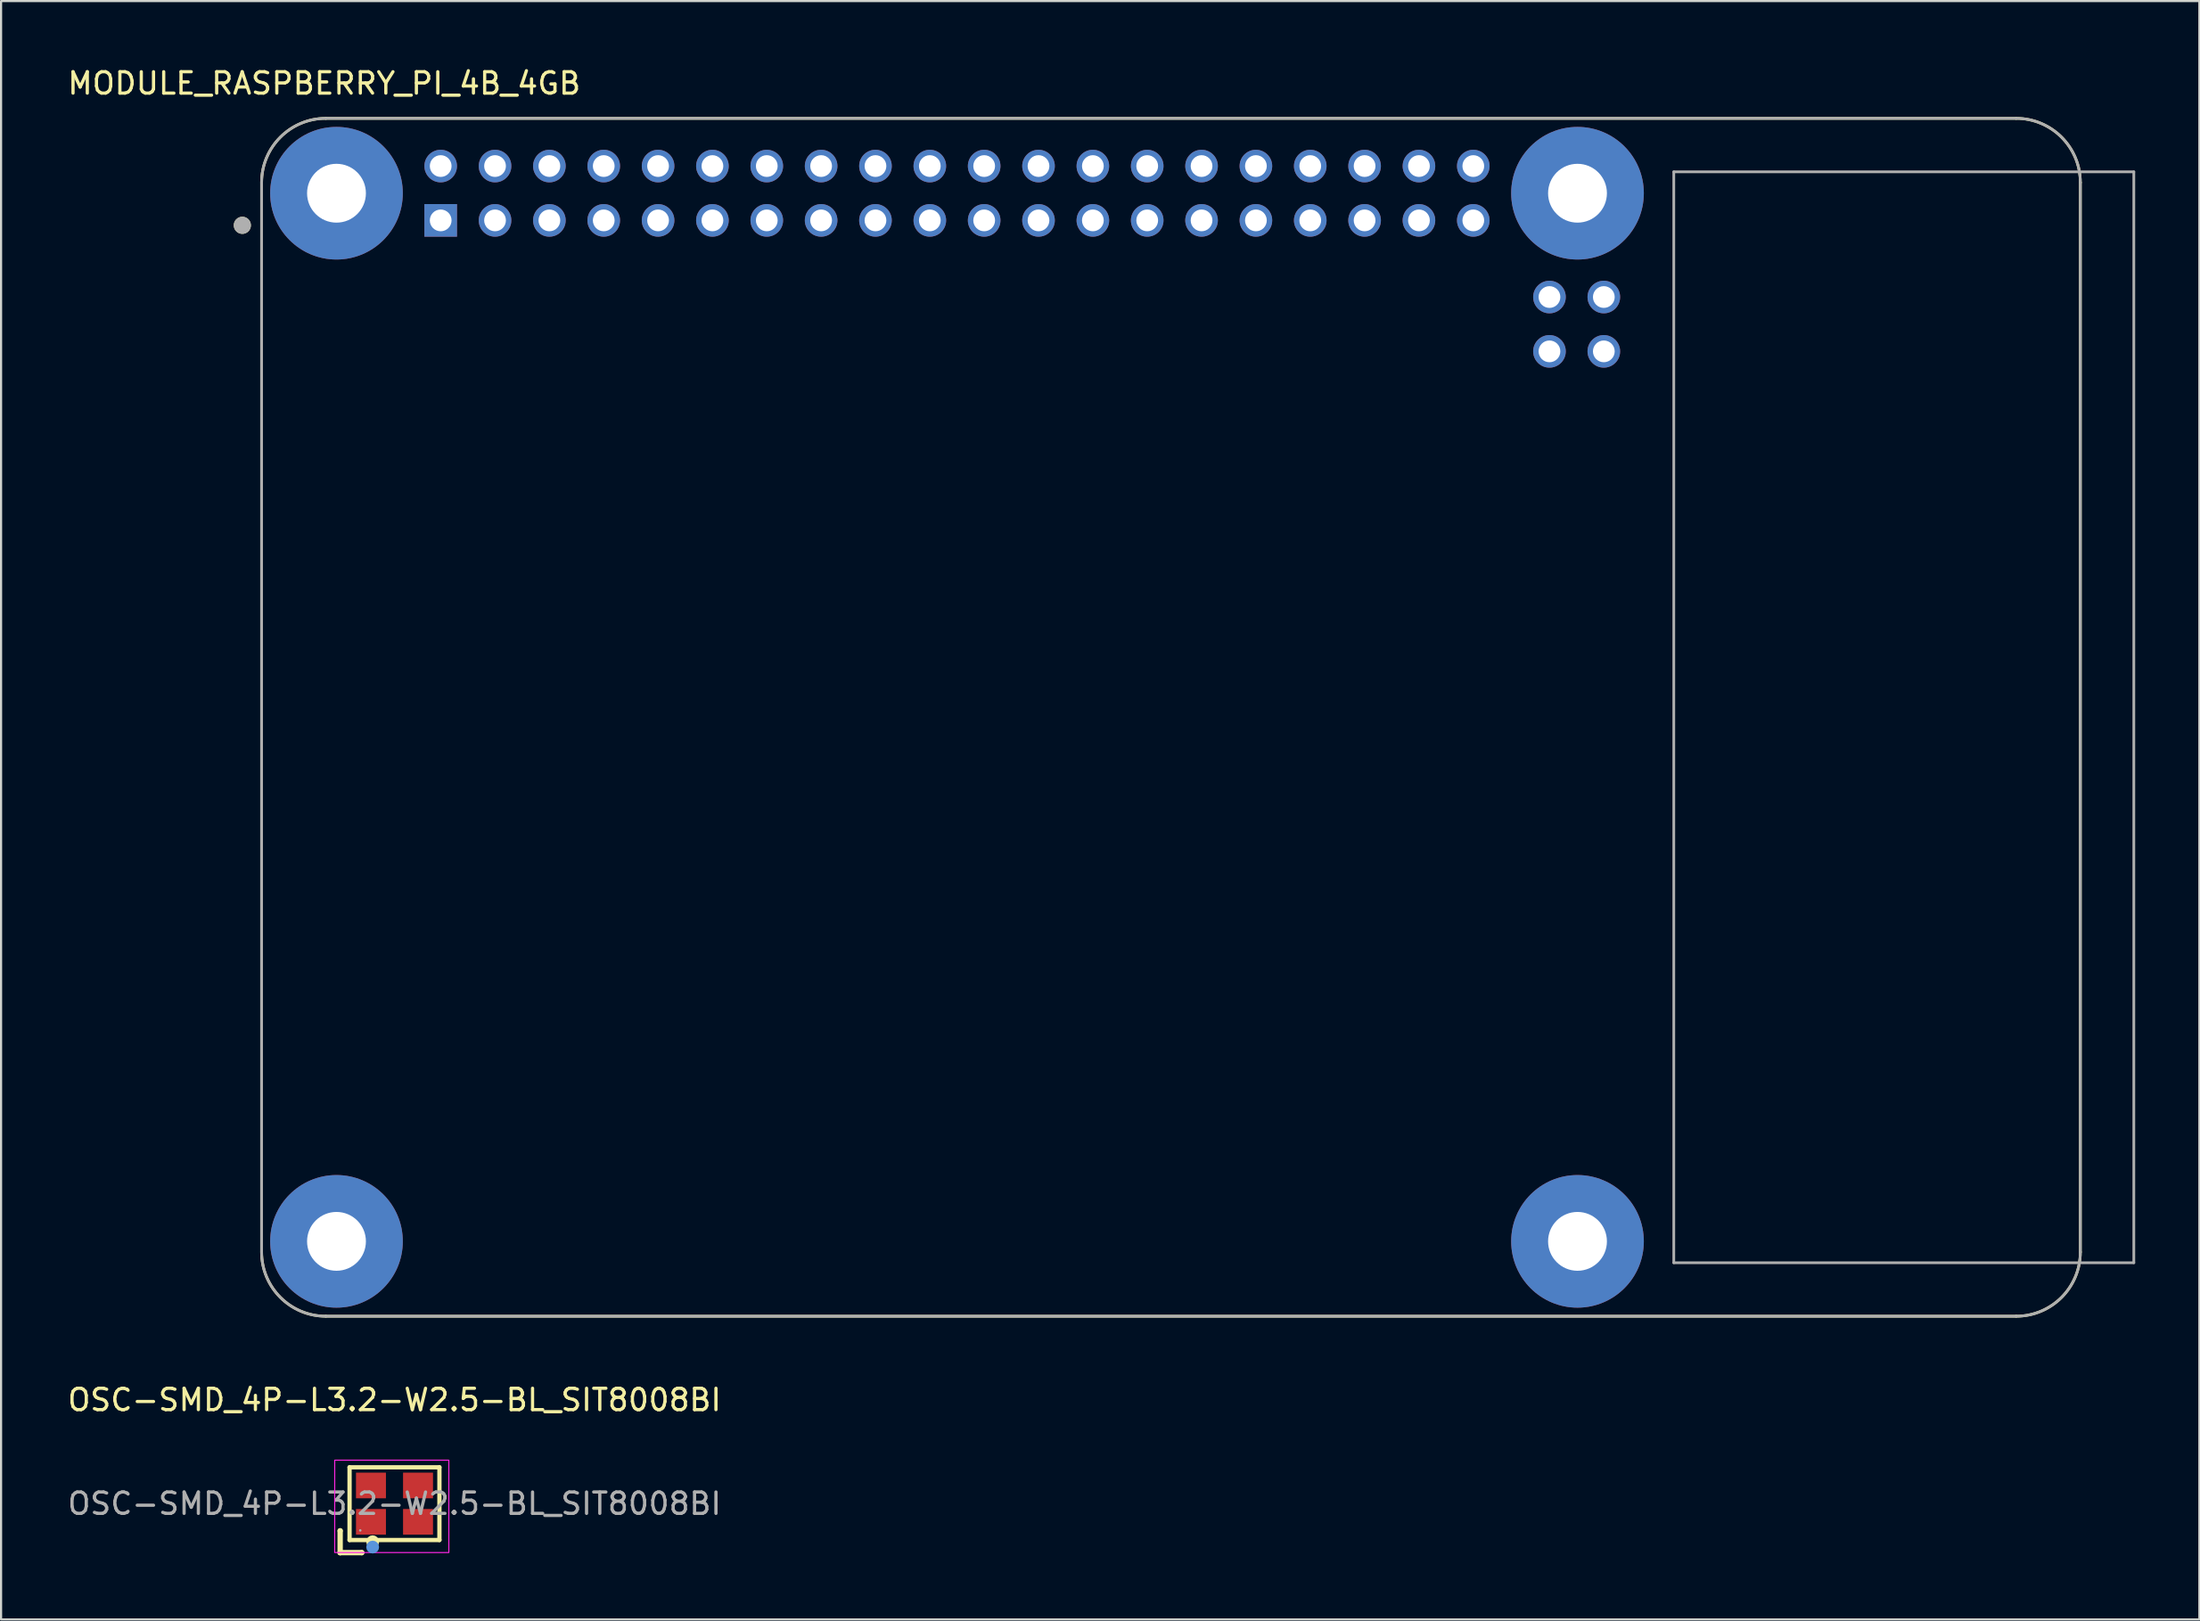
<source format=kicad_pcb>
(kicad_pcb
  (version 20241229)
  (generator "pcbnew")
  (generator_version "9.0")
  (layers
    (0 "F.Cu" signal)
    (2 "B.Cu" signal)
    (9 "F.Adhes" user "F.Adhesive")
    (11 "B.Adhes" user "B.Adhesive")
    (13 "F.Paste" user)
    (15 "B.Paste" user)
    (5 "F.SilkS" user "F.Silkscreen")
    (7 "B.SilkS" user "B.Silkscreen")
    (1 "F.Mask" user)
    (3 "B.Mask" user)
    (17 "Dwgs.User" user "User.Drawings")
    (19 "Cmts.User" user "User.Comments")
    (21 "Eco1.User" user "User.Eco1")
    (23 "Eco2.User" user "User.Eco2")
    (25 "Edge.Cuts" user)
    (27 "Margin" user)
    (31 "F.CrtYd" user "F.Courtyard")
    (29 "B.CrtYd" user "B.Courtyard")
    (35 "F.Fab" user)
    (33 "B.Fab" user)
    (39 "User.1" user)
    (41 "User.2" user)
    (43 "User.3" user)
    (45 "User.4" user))
  (footprint "MODULE_RASPBERRY_PI_4B_4GB"
    (layer "F.Cu")
    (at 51.676 30.483)
    (property "Reference" "MODULE_RASPBERRY_PI_4B_4GB" (at -39.575 -29.635 0) (layer "F.SilkS") (effects (font (size 1 1) (thickness 0.15))))
    (attr through_hole)
    (fp_line (start -42.5 -25) (end -42.5 25) (stroke (width 0.127) (type solid)) (layer "F.SilkS"))
    (fp_line (start -39.5 28) (end 39.5 28) (stroke (width 0.127) (type solid)) (layer "F.SilkS"))
    (fp_line (start 39.5 -28) (end -39.5 -28) (stroke (width 0.127) (type solid)) (layer "F.SilkS"))
    (fp_line (start 42.5 25) (end 42.5 -25) (stroke (width 0.127) (type solid)) (layer "F.SilkS"))
    (fp_arc (start -42.5 -25) (mid -41.62132 -27.12132) (end -39.5 -28) (stroke (width 0.127) (type solid)) (layer "F.SilkS"))
    (fp_arc (start -39.5 28) (mid -41.62132 27.12132) (end -42.5 25) (stroke (width 0.127) (type solid)) (layer "F.SilkS"))
    (fp_arc (start 39.5 -28) (mid 41.62132 -27.12132) (end 42.5 -25) (stroke (width 0.127) (type solid)) (layer "F.SilkS"))
    (fp_arc (start 42.5 25) (mid 41.62132 27.12132) (end 39.5 28) (stroke (width 0.127) (type solid)) (layer "F.SilkS"))
    (fp_circle (center -43.4 -23) (end -43.2 -23) (stroke (width 0.4) (type solid)) (fill no) (layer "F.SilkS"))
    (fp_line (start -42.5 -25) (end -42.5 25) (stroke (width 0.127) (type solid)) (layer "F.Fab"))
    (fp_line (start -39.5 28) (end 39.5 28) (stroke (width 0.127) (type solid)) (layer "F.Fab"))
    (fp_line (start 23.5 -25.5) (end 23.5 25.5) (stroke (width 0.127) (type solid)) (layer "F.Fab"))
    (fp_line (start 23.5 25.5) (end 45 25.5) (stroke (width 0.127) (type solid)) (layer "F.Fab"))
    (fp_line (start 39.5 -28) (end -39.5 -28) (stroke (width 0.127) (type solid)) (layer "F.Fab"))
    (fp_line (start 42.5 25) (end 42.5 -25) (stroke (width 0.127) (type solid)) (layer "F.Fab"))
    (fp_line (start 45 -25.5) (end 23.5 -25.5) (stroke (width 0.127) (type solid)) (layer "F.Fab"))
    (fp_line (start 45 25.5) (end 45 -25.5) (stroke (width 0.127) (type solid)) (layer "F.Fab"))
    (fp_arc (start -42.5 -25) (mid -41.62132 -27.12132) (end -39.5 -28) (stroke (width 0.127) (type solid)) (layer "F.Fab"))
    (fp_arc (start -39.5 28) (mid -41.62132 27.12132) (end -42.5 25) (stroke (width 0.127) (type solid)) (layer "F.Fab"))
    (fp_arc (start 39.5 -28) (mid 41.62132 -27.12132) (end 42.5 -25) (stroke (width 0.127) (type solid)) (layer "F.Fab"))
    (fp_arc (start 42.5 25) (mid 41.62132 27.12132) (end 39.5 28) (stroke (width 0.127) (type solid)) (layer "F.Fab"))
    (fp_circle (center -43.4 -23) (end -43.2 -23) (stroke (width 0.4) (type solid)) (fill no) (layer "F.Fab"))
    (pad "1" thru_hole rect (at -34.13 -23.23) (size 1.524 1.524) (drill 1.016) (layers "*.Cu" "*.Mask"))
    (pad "2" thru_hole circle (at -34.13 -25.77) (size 1.524 1.524) (drill 1.016) (layers "*.Cu" "*.Mask"))
    (pad "3" thru_hole circle (at -31.59 -23.23) (size 1.524 1.524) (drill 1.016) (layers "*.Cu" "*.Mask"))
    (pad "4" thru_hole circle (at -31.59 -25.77) (size 1.524 1.524) (drill 1.016) (layers "*.Cu" "*.Mask"))
    (pad "5" thru_hole circle (at -29.05 -23.23) (size 1.524 1.524) (drill 1.016) (layers "*.Cu" "*.Mask"))
    (pad "6" thru_hole circle (at -29.05 -25.77) (size 1.524 1.524) (drill 1.016) (layers "*.Cu" "*.Mask"))
    (pad "7" thru_hole circle (at -26.51 -23.23) (size 1.524 1.524) (drill 1.016) (layers "*.Cu" "*.Mask"))
    (pad "8" thru_hole circle (at -26.51 -25.77) (size 1.524 1.524) (drill 1.016) (layers "*.Cu" "*.Mask"))
    (pad "9" thru_hole circle (at -23.97 -23.23) (size 1.524 1.524) (drill 1.016) (layers "*.Cu" "*.Mask"))
    (pad "10" thru_hole circle (at -23.97 -25.77) (size 1.524 1.524) (drill 1.016) (layers "*.Cu" "*.Mask"))
    (pad "11" thru_hole circle (at -21.43 -23.23) (size 1.524 1.524) (drill 1.016) (layers "*.Cu" "*.Mask"))
    (pad "12" thru_hole circle (at -21.43 -25.77) (size 1.524 1.524) (drill 1.016) (layers "*.Cu" "*.Mask"))
    (pad "13" thru_hole circle (at -18.89 -23.23) (size 1.524 1.524) (drill 1.016) (layers "*.Cu" "*.Mask"))
    (pad "14" thru_hole circle (at -18.89 -25.77) (size 1.524 1.524) (drill 1.016) (layers "*.Cu" "*.Mask"))
    (pad "15" thru_hole circle (at -16.35 -23.23) (size 1.524 1.524) (drill 1.016) (layers "*.Cu" "*.Mask"))
    (pad "16" thru_hole circle (at -16.35 -25.77) (size 1.524 1.524) (drill 1.016) (layers "*.Cu" "*.Mask"))
    (pad "17" thru_hole circle (at -13.81 -23.23) (size 1.524 1.524) (drill 1.016) (layers "*.Cu" "*.Mask"))
    (pad "18" thru_hole circle (at -13.81 -25.77) (size 1.524 1.524) (drill 1.016) (layers "*.Cu" "*.Mask"))
    (pad "19" thru_hole circle (at -11.27 -23.23) (size 1.524 1.524) (drill 1.016) (layers "*.Cu" "*.Mask"))
    (pad "20" thru_hole circle (at -11.27 -25.77) (size 1.524 1.524) (drill 1.016) (layers "*.Cu" "*.Mask"))
    (pad "21" thru_hole circle (at -8.73 -23.23) (size 1.524 1.524) (drill 1.016) (layers "*.Cu" "*.Mask"))
    (pad "22" thru_hole circle (at -8.73 -25.77) (size 1.524 1.524) (drill 1.016) (layers "*.Cu" "*.Mask"))
    (pad "23" thru_hole circle (at -6.19 -23.23) (size 1.524 1.524) (drill 1.016) (layers "*.Cu" "*.Mask"))
    (pad "24" thru_hole circle (at -6.19 -25.77) (size 1.524 1.524) (drill 1.016) (layers "*.Cu" "*.Mask"))
    (pad "25" thru_hole circle (at -3.65 -23.23) (size 1.524 1.524) (drill 1.016) (layers "*.Cu" "*.Mask"))
    (pad "26" thru_hole circle (at -3.65 -25.77) (size 1.524 1.524) (drill 1.016) (layers "*.Cu" "*.Mask"))
    (pad "27" thru_hole circle (at -1.11 -23.23) (size 1.524 1.524) (drill 1.016) (layers "*.Cu" "*.Mask"))
    (pad "28" thru_hole circle (at -1.11 -25.77) (size 1.524 1.524) (drill 1.016) (layers "*.Cu" "*.Mask"))
    (pad "29" thru_hole circle (at 1.43 -23.23) (size 1.524 1.524) (drill 1.016) (layers "*.Cu" "*.Mask"))
    (pad "30" thru_hole circle (at 1.43 -25.77) (size 1.524 1.524) (drill 1.016) (layers "*.Cu" "*.Mask"))
    (pad "31" thru_hole circle (at 3.97 -23.23) (size 1.524 1.524) (drill 1.016) (layers "*.Cu" "*.Mask"))
    (pad "32" thru_hole circle (at 3.97 -25.77) (size 1.524 1.524) (drill 1.016) (layers "*.Cu" "*.Mask"))
    (pad "33" thru_hole circle (at 6.51 -23.23) (size 1.524 1.524) (drill 1.016) (layers "*.Cu" "*.Mask"))
    (pad "34" thru_hole circle (at 6.51 -25.77) (size 1.524 1.524) (drill 1.016) (layers "*.Cu" "*.Mask"))
    (pad "35" thru_hole circle (at 9.05 -23.23) (size 1.524 1.524) (drill 1.016) (layers "*.Cu" "*.Mask"))
    (pad "36" thru_hole circle (at 9.05 -25.77) (size 1.524 1.524) (drill 1.016) (layers "*.Cu" "*.Mask"))
    (pad "37" thru_hole circle (at 11.59 -23.23) (size 1.524 1.524) (drill 1.016) (layers "*.Cu" "*.Mask"))
    (pad "38" thru_hole circle (at 11.59 -25.77) (size 1.524 1.524) (drill 1.016) (layers "*.Cu" "*.Mask"))
    (pad "39" thru_hole circle (at 14.13 -23.23) (size 1.524 1.524) (drill 1.016) (layers "*.Cu" "*.Mask"))
    (pad "40" thru_hole circle (at 14.13 -25.77) (size 1.524 1.524) (drill 1.016) (layers "*.Cu" "*.Mask"))
    (pad "41" thru_hole circle (at 20.23 -17.107) (size 1.524 1.524) (drill 1.016) (layers "*.Cu" "*.Mask"))
    (pad "42" thru_hole circle (at 20.23 -19.647) (size 1.524 1.524) (drill 1.016) (layers "*.Cu" "*.Mask"))
    (pad "43" thru_hole circle (at 17.69 -17.107) (size 1.524 1.524) (drill 1.016) (layers "*.Cu" "*.Mask"))
    (pad "44" thru_hole circle (at 17.69 -19.647) (size 1.524 1.524) (drill 1.016) (layers "*.Cu" "*.Mask"))
    (pad "S1" thru_hole circle (at -39 -24.5) (size 6.2 6.2) (drill 2.75) (layers "*.Cu" "*.Mask"))
    (pad "S2" thru_hole circle (at 19 -24.5) (size 6.2 6.2) (drill 2.75) (layers "*.Cu" "*.Mask"))
    (pad "S3" thru_hole circle (at 19 24.5) (size 6.2 6.2) (drill 2.75) (layers "*.Cu" "*.Mask"))
    (pad "S4" thru_hole circle (at -39 24.5) (size 6.2 6.2) (drill 2.75) (layers "*.Cu" "*.Mask")))
  (footprint "OSC-SMD_4P-L3.2-W2.5-BL_SIT8008BI"
    (layer "F.Cu")
    (at 15.387 67.245)
    (property "Reference" "OSC-SMD_4P-L3.2-W2.5-BL_SIT8008BI" (at 0 -4.85 0) (layer "F.SilkS") (effects (font (size 1 1) (thickness 0.15))))
    (attr smd)
    (fp_line (start -2.54 1.27) (end -2.54 1.27) (stroke (width 0.25) (type solid)) (layer "F.SilkS"))
    (fp_line (start -2.54 1.27) (end -2.54 2.29) (stroke (width 0.25) (type solid)) (layer "F.SilkS"))
    (fp_line (start -2.54 2.29) (end -2.54 2.29) (stroke (width 0.25) (type solid)) (layer "F.SilkS"))
    (fp_line (start -2.54 2.29) (end -1.53 2.29) (stroke (width 0.25) (type solid)) (layer "F.SilkS"))
    (fp_line (start -2.1 -1.7) (end -2.1 1.7) (stroke (width 0.2) (type solid)) (layer "F.SilkS"))
    (fp_line (start -2.1 1.7) (end 2.1 1.7) (stroke (width 0.2) (type solid)) (layer "F.SilkS"))
    (fp_line (start -1.53 2.29) (end -1.53 2.29) (stroke (width 0.25) (type solid)) (layer "F.SilkS"))
    (fp_line (start 2.1 -1.7) (end -2.1 -1.7) (stroke (width 0.2) (type solid)) (layer "F.SilkS"))
    (fp_line (start 2.1 1.7) (end 2.1 -1.7) (stroke (width 0.2) (type solid)) (layer "F.SilkS"))
    (fp_arc (start -1.02 1.78) (mid -1.02 1.78) (end -1.02 1.78) (stroke (width 0.3) (type solid)) (layer "F.SilkS"))
    (fp_circle (center -1.02 2.03) (end -0.87 2.03) (stroke (width 0.3) (type solid)) (fill no) (layer "Cmts.User"))
    (fp_rect (start -2.794 -2.032) (end 2.54 2.286) (stroke (width 0.05) (type default)) (fill no) (layer "F.CrtYd"))
    (fp_circle (center -1.6 1.25) (end -1.57 1.25) (stroke (width 0.06) (type solid)) (fill no) (layer "F.Fab"))
    (fp_text user "${REFERENCE}" (at 0 0 0) (layer "F.Fab") (effects (font (size 1 1) (thickness 0.15))))
    (pad "1" smd rect (at -1.1 0.85) (size 1.4 1.2) (layers "F.Cu" "F.Mask" "F.Paste"))
    (pad "2" smd rect (at 1.1 0.85) (size 1.4 1.2) (layers "F.Cu" "F.Mask" "F.Paste"))
    (pad "3" smd rect (at 1.1 -0.85) (size 1.4 1.2) (layers "F.Cu" "F.Mask" "F.Paste"))
    (pad "4" smd rect (at -1.1 -0.85) (size 1.4 1.2) (layers "F.Cu" "F.Mask" "F.Paste")))
  (gr_rect
    (start -3 -3)
    (end 99.74 72.66)
    (stroke (width 0.1) (type default))
    (fill no)
    (layer "Edge.Cuts")))
</source>
